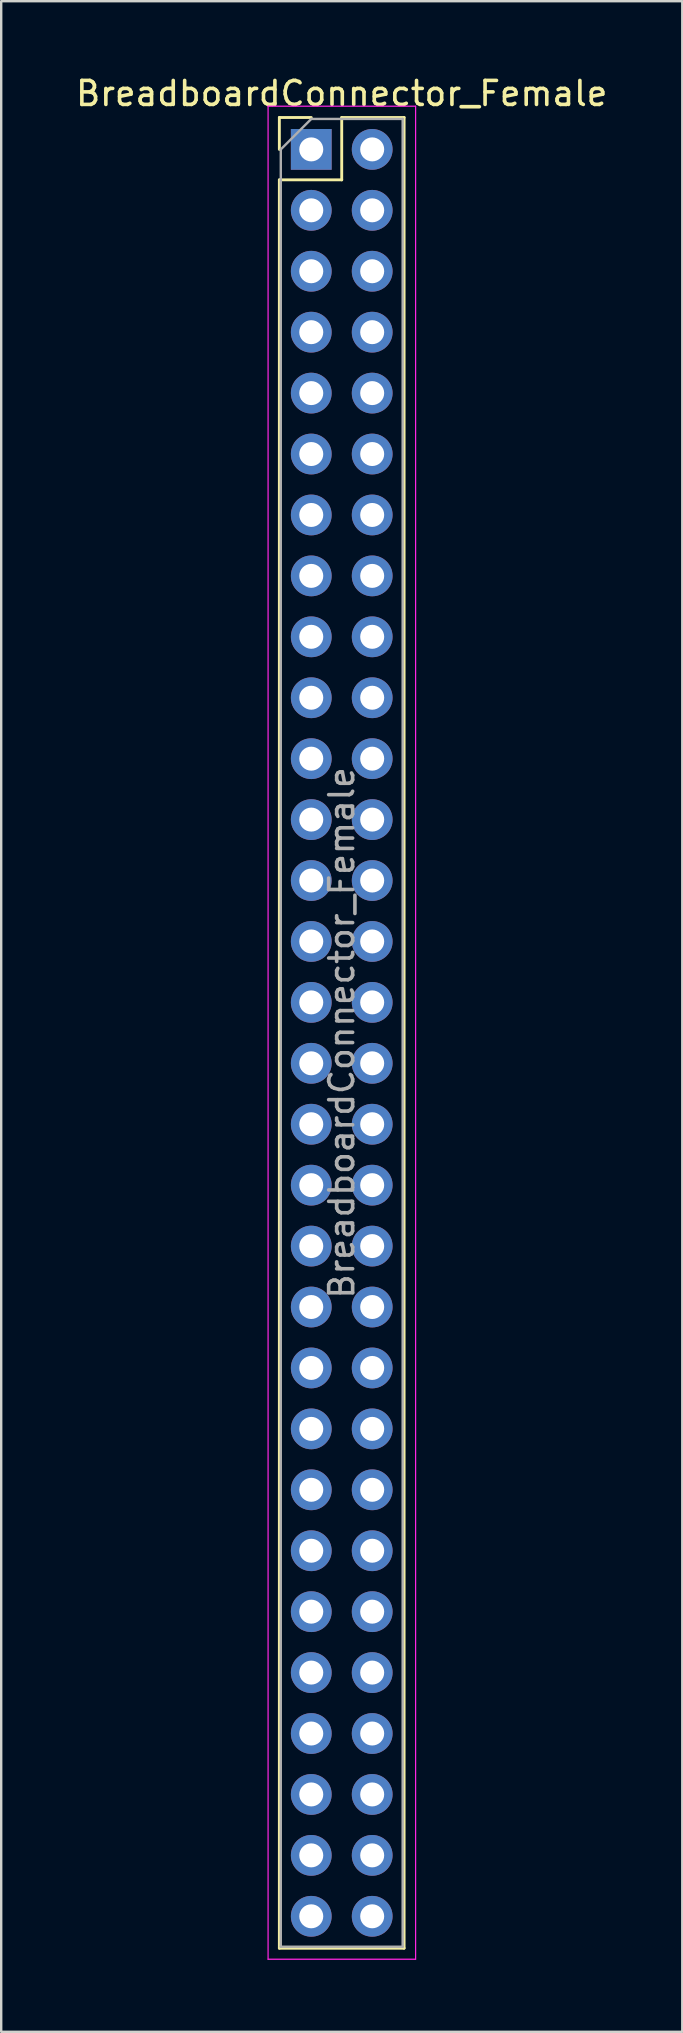
<source format=kicad_pcb>
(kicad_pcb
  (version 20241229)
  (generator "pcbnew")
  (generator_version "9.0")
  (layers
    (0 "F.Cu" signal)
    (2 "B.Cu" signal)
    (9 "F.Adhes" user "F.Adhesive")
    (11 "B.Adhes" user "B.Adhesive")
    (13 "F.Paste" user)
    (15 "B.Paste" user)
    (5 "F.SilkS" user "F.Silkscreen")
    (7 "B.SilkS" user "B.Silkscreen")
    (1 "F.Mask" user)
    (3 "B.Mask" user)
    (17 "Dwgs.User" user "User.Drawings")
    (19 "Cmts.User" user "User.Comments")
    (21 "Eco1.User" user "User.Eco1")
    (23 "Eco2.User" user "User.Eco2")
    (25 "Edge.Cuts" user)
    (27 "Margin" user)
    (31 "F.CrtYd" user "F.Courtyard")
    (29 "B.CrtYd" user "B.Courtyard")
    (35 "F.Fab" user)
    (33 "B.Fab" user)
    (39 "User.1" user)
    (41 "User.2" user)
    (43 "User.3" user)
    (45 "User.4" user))
  (footprint "BreadboardConnector_Female"
    (layer "F.Cu")
    (at 9.926 3.178)
    (property "Reference" "BreadboardConnector_Female" (at 1.27 -2.33 0) (layer "F.SilkS") (effects (font (size 1 1) (thickness 0.15))))
    (attr through_hole)
    (fp_line (start -1.33 -1.33) (end 0 -1.33) (stroke (width 0.12) (type solid)) (layer "F.SilkS"))
    (fp_line (start -1.33 0) (end -1.33 -1.33) (stroke (width 0.12) (type solid)) (layer "F.SilkS"))
    (fp_line (start -1.33 1.27) (end -1.33 74.99) (stroke (width 0.12) (type solid)) (layer "F.SilkS"))
    (fp_line (start -1.33 1.27) (end 1.27 1.27) (stroke (width 0.12) (type solid)) (layer "F.SilkS"))
    (fp_line (start -1.33 74.99) (end 3.87 74.99) (stroke (width 0.12) (type solid)) (layer "F.SilkS"))
    (fp_line (start 1.27 -1.33) (end 3.87 -1.33) (stroke (width 0.12) (type solid)) (layer "F.SilkS"))
    (fp_line (start 1.27 1.27) (end 1.27 -1.33) (stroke (width 0.12) (type solid)) (layer "F.SilkS"))
    (fp_line (start 3.87 -1.33) (end 3.87 74.99) (stroke (width 0.12) (type solid)) (layer "F.SilkS"))
    (fp_line (start -1.8 -1.8) (end -1.8 75.45) (stroke (width 0.05) (type solid)) (layer "F.CrtYd"))
    (fp_line (start -1.8 75.45) (end 4.35 75.45) (stroke (width 0.05) (type solid)) (layer "F.CrtYd"))
    (fp_line (start 4.35 -1.8) (end -1.8 -1.8) (stroke (width 0.05) (type solid)) (layer "F.CrtYd"))
    (fp_line (start 4.35 75.45) (end 4.35 -1.8) (stroke (width 0.05) (type solid)) (layer "F.CrtYd"))
    (fp_line (start -1.27 0) (end 0 -1.27) (stroke (width 0.1) (type solid)) (layer "F.Fab"))
    (fp_line (start -1.27 74.93) (end -1.27 0) (stroke (width 0.1) (type solid)) (layer "F.Fab"))
    (fp_line (start 0 -1.27) (end 3.81 -1.27) (stroke (width 0.1) (type solid)) (layer "F.Fab"))
    (fp_line (start 3.81 -1.27) (end 3.81 74.93) (stroke (width 0.1) (type solid)) (layer "F.Fab"))
    (fp_line (start 3.81 74.93) (end -1.27 74.93) (stroke (width 0.1) (type solid)) (layer "F.Fab"))
    (fp_text user "${REFERENCE}" (at 1.27 36.83 90) (layer "F.Fab") (effects (font (size 1 1) (thickness 0.15))))
    (pad "1" thru_hole rect (at 0 0) (size 1.7 1.7) (drill 1) (layers "*.Cu" "*.Mask"))
    (pad "2" thru_hole oval (at 2.54 0) (size 1.7 1.7) (drill 1) (layers "*.Cu" "*.Mask"))
    (pad "3" thru_hole oval (at 0 2.54) (size 1.7 1.7) (drill 1) (layers "*.Cu" "*.Mask"))
    (pad "4" thru_hole oval (at 2.54 2.54) (size 1.7 1.7) (drill 1) (layers "*.Cu" "*.Mask"))
    (pad "5" thru_hole oval (at 0 5.08) (size 1.7 1.7) (drill 1) (layers "*.Cu" "*.Mask"))
    (pad "6" thru_hole oval (at 2.54 5.08) (size 1.7 1.7) (drill 1) (layers "*.Cu" "*.Mask"))
    (pad "7" thru_hole oval (at 0 7.62) (size 1.7 1.7) (drill 1) (layers "*.Cu" "*.Mask"))
    (pad "8" thru_hole oval (at 2.54 7.62) (size 1.7 1.7) (drill 1) (layers "*.Cu" "*.Mask"))
    (pad "9" thru_hole oval (at 0 10.16) (size 1.7 1.7) (drill 1) (layers "*.Cu" "*.Mask"))
    (pad "10" thru_hole oval (at 2.54 10.16) (size 1.7 1.7) (drill 1) (layers "*.Cu" "*.Mask"))
    (pad "11" thru_hole oval (at 0 12.7) (size 1.7 1.7) (drill 1) (layers "*.Cu" "*.Mask"))
    (pad "12" thru_hole oval (at 2.54 12.7) (size 1.7 1.7) (drill 1) (layers "*.Cu" "*.Mask"))
    (pad "13" thru_hole oval (at 0 15.24) (size 1.7 1.7) (drill 1) (layers "*.Cu" "*.Mask"))
    (pad "14" thru_hole oval (at 2.54 15.24) (size 1.7 1.7) (drill 1) (layers "*.Cu" "*.Mask"))
    (pad "15" thru_hole oval (at 0 17.78) (size 1.7 1.7) (drill 1) (layers "*.Cu" "*.Mask"))
    (pad "16" thru_hole oval (at 2.54 17.78) (size 1.7 1.7) (drill 1) (layers "*.Cu" "*.Mask"))
    (pad "17" thru_hole oval (at 0 20.32) (size 1.7 1.7) (drill 1) (layers "*.Cu" "*.Mask"))
    (pad "18" thru_hole oval (at 2.54 20.32) (size 1.7 1.7) (drill 1) (layers "*.Cu" "*.Mask"))
    (pad "19" thru_hole oval (at 0 22.86) (size 1.7 1.7) (drill 1) (layers "*.Cu" "*.Mask"))
    (pad "20" thru_hole oval (at 2.54 22.86) (size 1.7 1.7) (drill 1) (layers "*.Cu" "*.Mask"))
    (pad "21" thru_hole oval (at 0 25.4) (size 1.7 1.7) (drill 1) (layers "*.Cu" "*.Mask"))
    (pad "22" thru_hole oval (at 2.54 25.4) (size 1.7 1.7) (drill 1) (layers "*.Cu" "*.Mask"))
    (pad "23" thru_hole oval (at 0 27.94) (size 1.7 1.7) (drill 1) (layers "*.Cu" "*.Mask"))
    (pad "24" thru_hole oval (at 2.54 27.94) (size 1.7 1.7) (drill 1) (layers "*.Cu" "*.Mask"))
    (pad "25" thru_hole oval (at 0 30.48) (size 1.7 1.7) (drill 1) (layers "*.Cu" "*.Mask"))
    (pad "26" thru_hole oval (at 2.54 30.48) (size 1.7 1.7) (drill 1) (layers "*.Cu" "*.Mask"))
    (pad "27" thru_hole oval (at 0 33.02) (size 1.7 1.7) (drill 1) (layers "*.Cu" "*.Mask"))
    (pad "28" thru_hole oval (at 2.54 33.02) (size 1.7 1.7) (drill 1) (layers "*.Cu" "*.Mask"))
    (pad "29" thru_hole oval (at 0 35.56) (size 1.7 1.7) (drill 1) (layers "*.Cu" "*.Mask"))
    (pad "30" thru_hole oval (at 2.54 35.56) (size 1.7 1.7) (drill 1) (layers "*.Cu" "*.Mask"))
    (pad "31" thru_hole oval (at 0 38.1) (size 1.7 1.7) (drill 1) (layers "*.Cu" "*.Mask"))
    (pad "32" thru_hole oval (at 2.54 38.1) (size 1.7 1.7) (drill 1) (layers "*.Cu" "*.Mask"))
    (pad "33" thru_hole oval (at 0 40.64) (size 1.7 1.7) (drill 1) (layers "*.Cu" "*.Mask"))
    (pad "34" thru_hole oval (at 2.54 40.64) (size 1.7 1.7) (drill 1) (layers "*.Cu" "*.Mask"))
    (pad "35" thru_hole oval (at 0 43.18) (size 1.7 1.7) (drill 1) (layers "*.Cu" "*.Mask"))
    (pad "36" thru_hole oval (at 2.54 43.18) (size 1.7 1.7) (drill 1) (layers "*.Cu" "*.Mask"))
    (pad "37" thru_hole oval (at 0 45.72) (size 1.7 1.7) (drill 1) (layers "*.Cu" "*.Mask"))
    (pad "38" thru_hole oval (at 2.54 45.72) (size 1.7 1.7) (drill 1) (layers "*.Cu" "*.Mask"))
    (pad "39" thru_hole oval (at 0 48.26) (size 1.7 1.7) (drill 1) (layers "*.Cu" "*.Mask"))
    (pad "40" thru_hole oval (at 2.54 48.26) (size 1.7 1.7) (drill 1) (layers "*.Cu" "*.Mask"))
    (pad "41" thru_hole oval (at 0 50.8) (size 1.7 1.7) (drill 1) (layers "*.Cu" "*.Mask"))
    (pad "42" thru_hole oval (at 2.54 50.8) (size 1.7 1.7) (drill 1) (layers "*.Cu" "*.Mask"))
    (pad "43" thru_hole oval (at 0 53.34) (size 1.7 1.7) (drill 1) (layers "*.Cu" "*.Mask"))
    (pad "44" thru_hole oval (at 2.54 53.34) (size 1.7 1.7) (drill 1) (layers "*.Cu" "*.Mask"))
    (pad "45" thru_hole oval (at 0 55.88) (size 1.7 1.7) (drill 1) (layers "*.Cu" "*.Mask"))
    (pad "46" thru_hole oval (at 2.54 55.88) (size 1.7 1.7) (drill 1) (layers "*.Cu" "*.Mask"))
    (pad "47" thru_hole oval (at 0 58.42) (size 1.7 1.7) (drill 1) (layers "*.Cu" "*.Mask"))
    (pad "48" thru_hole oval (at 2.54 58.42) (size 1.7 1.7) (drill 1) (layers "*.Cu" "*.Mask"))
    (pad "49" thru_hole oval (at 0 60.96) (size 1.7 1.7) (drill 1) (layers "*.Cu" "*.Mask"))
    (pad "50" thru_hole oval (at 2.54 60.96) (size 1.7 1.7) (drill 1) (layers "*.Cu" "*.Mask"))
    (pad "51" thru_hole oval (at 0 63.5) (size 1.7 1.7) (drill 1) (layers "*.Cu" "*.Mask"))
    (pad "52" thru_hole oval (at 2.54 63.5) (size 1.7 1.7) (drill 1) (layers "*.Cu" "*.Mask"))
    (pad "53" thru_hole oval (at 0 66.04) (size 1.7 1.7) (drill 1) (layers "*.Cu" "*.Mask"))
    (pad "54" thru_hole oval (at 2.54 66.04) (size 1.7 1.7) (drill 1) (layers "*.Cu" "*.Mask"))
    (pad "55" thru_hole oval (at 0 68.58) (size 1.7 1.7) (drill 1) (layers "*.Cu" "*.Mask"))
    (pad "56" thru_hole oval (at 2.54 68.58) (size 1.7 1.7) (drill 1) (layers "*.Cu" "*.Mask"))
    (pad "57" thru_hole oval (at 0 71.12) (size 1.7 1.7) (drill 1) (layers "*.Cu" "*.Mask"))
    (pad "58" thru_hole oval (at 2.54 71.12) (size 1.7 1.7) (drill 1) (layers "*.Cu" "*.Mask"))
    (pad "59" thru_hole oval (at 0 73.66) (size 1.7 1.7) (drill 1) (layers "*.Cu" "*.Mask"))
    (pad "60" thru_hole oval (at 2.54 73.66) (size 1.7 1.7) (drill 1) (layers "*.Cu" "*.Mask")))
  (gr_rect
    (start -3 -3)
    (end 25.393 81.653)
    (stroke (width 0.1) (type default))
    (fill no)
    (layer "Edge.Cuts")))
</source>
